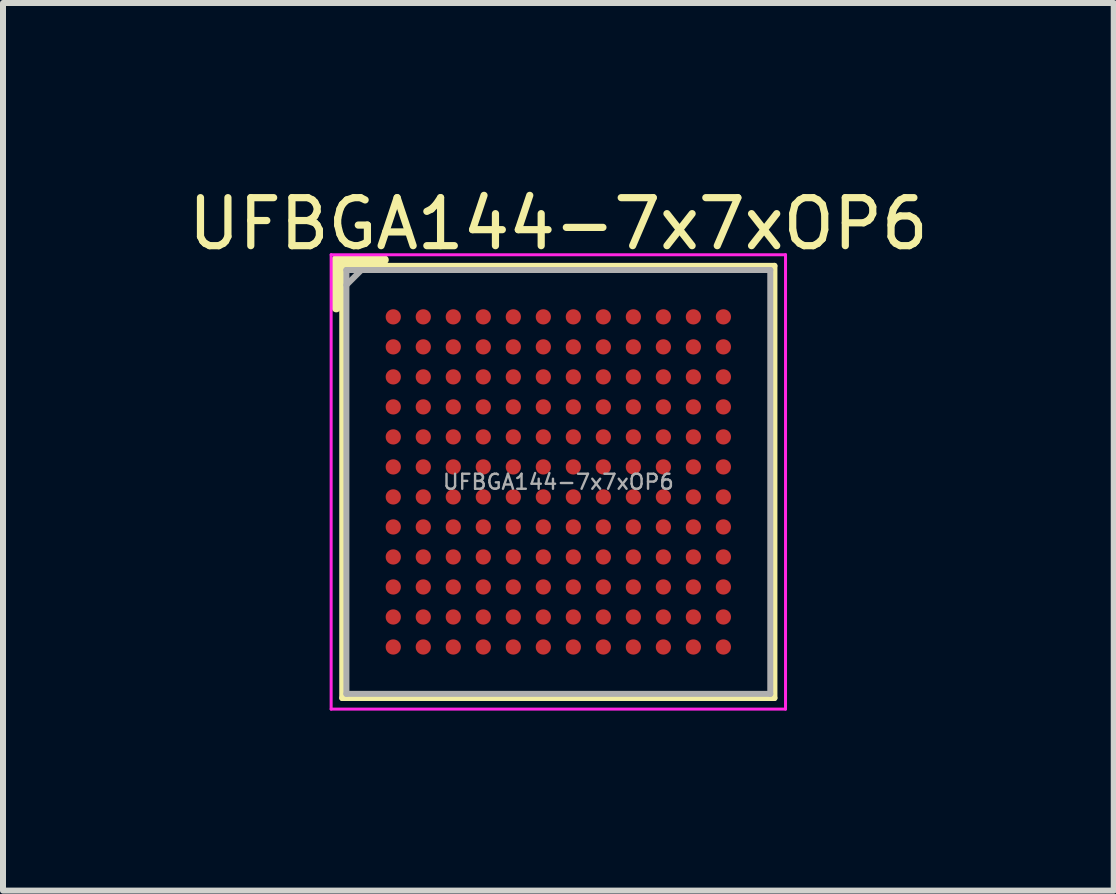
<source format=kicad_pcb>
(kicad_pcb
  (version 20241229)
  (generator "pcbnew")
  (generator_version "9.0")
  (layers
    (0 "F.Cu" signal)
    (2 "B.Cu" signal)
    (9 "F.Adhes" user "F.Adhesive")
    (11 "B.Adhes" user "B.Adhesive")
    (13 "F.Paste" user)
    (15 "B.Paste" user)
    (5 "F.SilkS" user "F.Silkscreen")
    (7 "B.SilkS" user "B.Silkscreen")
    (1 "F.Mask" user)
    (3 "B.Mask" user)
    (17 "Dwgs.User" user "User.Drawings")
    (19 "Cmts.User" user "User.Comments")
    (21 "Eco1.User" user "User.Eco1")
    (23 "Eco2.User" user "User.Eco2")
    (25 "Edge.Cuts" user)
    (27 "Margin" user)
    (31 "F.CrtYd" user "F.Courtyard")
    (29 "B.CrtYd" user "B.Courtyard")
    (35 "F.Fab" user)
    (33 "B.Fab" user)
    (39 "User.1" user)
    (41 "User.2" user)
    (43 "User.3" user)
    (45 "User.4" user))
  (footprint "UFBGA144-7x7xOP6"
    (layer "F.Cu")
    (at 6.252 4.979)
    (property "Reference" "UFBGA144-7x7xOP6" (at 0 -4.3 0) (layer "F.SilkS") (effects (font (size 0.8 0.8) (thickness 0.12))))
    (attr through_hole)
    (fp_line (start -3.7 -3.7) (end -3.7 -2.9) (stroke (width 0.15) (type solid)) (layer "F.SilkS"))
    (fp_line (start -3.6 -3.6) (end -3.6 3.6) (stroke (width 0.1) (type solid)) (layer "F.SilkS"))
    (fp_line (start -3.6 3.6) (end 3.6 3.6) (stroke (width 0.1) (type solid)) (layer "F.SilkS"))
    (fp_line (start -2.9 -3.7) (end -3.7 -3.7) (stroke (width 0.15) (type solid)) (layer "F.SilkS"))
    (fp_line (start 3.6 -3.6) (end -3.6 -3.6) (stroke (width 0.1) (type solid)) (layer "F.SilkS"))
    (fp_line (start 3.6 3.6) (end 3.6 -3.6) (stroke (width 0.1) (type solid)) (layer "F.SilkS"))
    (fp_line (start -3.785 -3.785) (end 3.785 -3.785) (stroke (width 0.05) (type solid)) (layer "F.CrtYd"))
    (fp_line (start -3.785 3.785) (end -3.785 -3.785) (stroke (width 0.05) (type solid)) (layer "F.CrtYd"))
    (fp_line (start 3.785 -3.785) (end 3.785 3.785) (stroke (width 0.05) (type solid)) (layer "F.CrtYd"))
    (fp_line (start 3.785 3.785) (end -3.785 3.785) (stroke (width 0.05) (type solid)) (layer "F.CrtYd"))
    (fp_line (start -3.531 -3.531) (end -3.531 3.531) (stroke (width 0.1) (type solid)) (layer "F.Fab"))
    (fp_line (start -3.531 3.531) (end 3.531 3.531) (stroke (width 0.1) (type solid)) (layer "F.Fab"))
    (fp_line (start -3.281 -3.531) (end -3.531 -3.281) (stroke (width 0.1) (type solid)) (layer "F.Fab"))
    (fp_line (start 3.531 -3.531) (end -3.531 -3.531) (stroke (width 0.1) (type solid)) (layer "F.Fab"))
    (fp_line (start 3.531 3.531) (end 3.531 -3.531) (stroke (width 0.1) (type solid)) (layer "F.Fab"))
    (fp_text user "${REFERENCE}" (at 0 0 0) (layer "F.Fab") (effects (font (size 0.25 0.25) (thickness 0.04))))
    (pad "A1" smd circle (at -2.75 -2.75) (size 0.254 0.254) (layers "F.Cu" "F.Mask" "F.Paste"))
    (pad "A2" smd circle (at -2.25 -2.75) (size 0.254 0.254) (layers "F.Cu" "F.Mask" "F.Paste"))
    (pad "A3" smd circle (at -1.75 -2.75) (size 0.254 0.254) (layers "F.Cu" "F.Mask" "F.Paste"))
    (pad "A4" smd circle (at -1.25 -2.75) (size 0.254 0.254) (layers "F.Cu" "F.Mask" "F.Paste"))
    (pad "A5" smd circle (at -0.75 -2.75) (size 0.254 0.254) (layers "F.Cu" "F.Mask" "F.Paste"))
    (pad "A6" smd circle (at -0.25 -2.75) (size 0.254 0.254) (layers "F.Cu" "F.Mask" "F.Paste"))
    (pad "A7" smd circle (at 0.25 -2.75) (size 0.254 0.254) (layers "F.Cu" "F.Mask" "F.Paste"))
    (pad "A8" smd circle (at 0.75 -2.75) (size 0.254 0.254) (layers "F.Cu" "F.Mask" "F.Paste"))
    (pad "A9" smd circle (at 1.25 -2.75) (size 0.254 0.254) (layers "F.Cu" "F.Mask" "F.Paste"))
    (pad "A10" smd circle (at 1.75 -2.75) (size 0.254 0.254) (layers "F.Cu" "F.Mask" "F.Paste"))
    (pad "A11" smd circle (at 2.25 -2.75) (size 0.254 0.254) (layers "F.Cu" "F.Mask" "F.Paste"))
    (pad "A12" smd circle (at 2.75 -2.75) (size 0.254 0.254) (layers "F.Cu" "F.Mask" "F.Paste"))
    (pad "B1" smd circle (at -2.75 -2.25) (size 0.254 0.254) (layers "F.Cu" "F.Mask" "F.Paste"))
    (pad "B2" smd circle (at -2.25 -2.25) (size 0.254 0.254) (layers "F.Cu" "F.Mask" "F.Paste"))
    (pad "B3" smd circle (at -1.75 -2.25) (size 0.254 0.254) (layers "F.Cu" "F.Mask" "F.Paste"))
    (pad "B4" smd circle (at -1.25 -2.25) (size 0.254 0.254) (layers "F.Cu" "F.Mask" "F.Paste"))
    (pad "B5" smd circle (at -0.75 -2.25) (size 0.254 0.254) (layers "F.Cu" "F.Mask" "F.Paste"))
    (pad "B6" smd circle (at -0.25 -2.25) (size 0.254 0.254) (layers "F.Cu" "F.Mask" "F.Paste"))
    (pad "B7" smd circle (at 0.25 -2.25) (size 0.254 0.254) (layers "F.Cu" "F.Mask" "F.Paste"))
    (pad "B8" smd circle (at 0.75 -2.25) (size 0.254 0.254) (layers "F.Cu" "F.Mask" "F.Paste"))
    (pad "B9" smd circle (at 1.25 -2.25) (size 0.254 0.254) (layers "F.Cu" "F.Mask" "F.Paste"))
    (pad "B10" smd circle (at 1.75 -2.25) (size 0.254 0.254) (layers "F.Cu" "F.Mask" "F.Paste"))
    (pad "B11" smd circle (at 2.25 -2.25) (size 0.254 0.254) (layers "F.Cu" "F.Mask" "F.Paste"))
    (pad "B12" smd circle (at 2.75 -2.25) (size 0.254 0.254) (layers "F.Cu" "F.Mask" "F.Paste"))
    (pad "C1" smd circle (at -2.75 -1.75) (size 0.254 0.254) (layers "F.Cu" "F.Mask" "F.Paste"))
    (pad "C2" smd circle (at -2.25 -1.75) (size 0.254 0.254) (layers "F.Cu" "F.Mask" "F.Paste"))
    (pad "C3" smd circle (at -1.75 -1.75) (size 0.254 0.254) (layers "F.Cu" "F.Mask" "F.Paste"))
    (pad "C4" smd circle (at -1.25 -1.75) (size 0.254 0.254) (layers "F.Cu" "F.Mask" "F.Paste"))
    (pad "C5" smd circle (at -0.75 -1.75) (size 0.254 0.254) (layers "F.Cu" "F.Mask" "F.Paste"))
    (pad "C6" smd circle (at -0.25 -1.75) (size 0.254 0.254) (layers "F.Cu" "F.Mask" "F.Paste"))
    (pad "C7" smd circle (at 0.25 -1.75) (size 0.254 0.254) (layers "F.Cu" "F.Mask" "F.Paste"))
    (pad "C8" smd circle (at 0.75 -1.75) (size 0.254 0.254) (layers "F.Cu" "F.Mask" "F.Paste"))
    (pad "C9" smd circle (at 1.25 -1.75) (size 0.254 0.254) (layers "F.Cu" "F.Mask" "F.Paste"))
    (pad "C10" smd circle (at 1.75 -1.75) (size 0.254 0.254) (layers "F.Cu" "F.Mask" "F.Paste"))
    (pad "C11" smd circle (at 2.25 -1.75) (size 0.254 0.254) (layers "F.Cu" "F.Mask" "F.Paste"))
    (pad "C12" smd circle (at 2.75 -1.75) (size 0.254 0.254) (layers "F.Cu" "F.Mask" "F.Paste"))
    (pad "D1" smd circle (at -2.75 -1.25) (size 0.254 0.254) (layers "F.Cu" "F.Mask" "F.Paste"))
    (pad "D2" smd circle (at -2.25 -1.25) (size 0.254 0.254) (layers "F.Cu" "F.Mask" "F.Paste"))
    (pad "D3" smd circle (at -1.75 -1.25) (size 0.254 0.254) (layers "F.Cu" "F.Mask" "F.Paste"))
    (pad "D4" smd circle (at -1.25 -1.25) (size 0.254 0.254) (layers "F.Cu" "F.Mask" "F.Paste"))
    (pad "D5" smd circle (at -0.75 -1.25) (size 0.254 0.254) (layers "F.Cu" "F.Mask" "F.Paste"))
    (pad "D6" smd circle (at -0.25 -1.25) (size 0.254 0.254) (layers "F.Cu" "F.Mask" "F.Paste"))
    (pad "D7" smd circle (at 0.25 -1.25) (size 0.254 0.254) (layers "F.Cu" "F.Mask" "F.Paste"))
    (pad "D8" smd circle (at 0.75 -1.25) (size 0.254 0.254) (layers "F.Cu" "F.Mask" "F.Paste"))
    (pad "D9" smd circle (at 1.25 -1.25) (size 0.254 0.254) (layers "F.Cu" "F.Mask" "F.Paste"))
    (pad "D10" smd circle (at 1.75 -1.25) (size 0.254 0.254) (layers "F.Cu" "F.Mask" "F.Paste"))
    (pad "D11" smd circle (at 2.25 -1.25) (size 0.254 0.254) (layers "F.Cu" "F.Mask" "F.Paste"))
    (pad "D12" smd circle (at 2.75 -1.25) (size 0.254 0.254) (layers "F.Cu" "F.Mask" "F.Paste"))
    (pad "E1" smd circle (at -2.75 -0.75) (size 0.254 0.254) (layers "F.Cu" "F.Mask" "F.Paste"))
    (pad "E2" smd circle (at -2.25 -0.75) (size 0.254 0.254) (layers "F.Cu" "F.Mask" "F.Paste"))
    (pad "E3" smd circle (at -1.75 -0.75) (size 0.254 0.254) (layers "F.Cu" "F.Mask" "F.Paste"))
    (pad "E4" smd circle (at -1.25 -0.75) (size 0.254 0.254) (layers "F.Cu" "F.Mask" "F.Paste"))
    (pad "E5" smd circle (at -0.75 -0.75) (size 0.254 0.254) (layers "F.Cu" "F.Mask" "F.Paste"))
    (pad "E6" smd circle (at -0.25 -0.75) (size 0.254 0.254) (layers "F.Cu" "F.Mask" "F.Paste"))
    (pad "E7" smd circle (at 0.25 -0.75) (size 0.254 0.254) (layers "F.Cu" "F.Mask" "F.Paste"))
    (pad "E8" smd circle (at 0.75 -0.75) (size 0.254 0.254) (layers "F.Cu" "F.Mask" "F.Paste"))
    (pad "E9" smd circle (at 1.25 -0.75) (size 0.254 0.254) (layers "F.Cu" "F.Mask" "F.Paste"))
    (pad "E10" smd circle (at 1.75 -0.75) (size 0.254 0.254) (layers "F.Cu" "F.Mask" "F.Paste"))
    (pad "E11" smd circle (at 2.25 -0.75) (size 0.254 0.254) (layers "F.Cu" "F.Mask" "F.Paste"))
    (pad "E12" smd circle (at 2.75 -0.75) (size 0.254 0.254) (layers "F.Cu" "F.Mask" "F.Paste"))
    (pad "F1" smd circle (at -2.75 -0.25) (size 0.254 0.254) (layers "F.Cu" "F.Mask" "F.Paste"))
    (pad "F2" smd circle (at -2.25 -0.25) (size 0.254 0.254) (layers "F.Cu" "F.Mask" "F.Paste"))
    (pad "F3" smd circle (at -1.75 -0.25) (size 0.254 0.254) (layers "F.Cu" "F.Mask" "F.Paste"))
    (pad "F4" smd circle (at -1.25 -0.25) (size 0.254 0.254) (layers "F.Cu" "F.Mask" "F.Paste"))
    (pad "F5" smd circle (at -0.75 -0.25) (size 0.254 0.254) (layers "F.Cu" "F.Mask" "F.Paste"))
    (pad "F6" smd circle (at -0.25 -0.25) (size 0.254 0.254) (layers "F.Cu" "F.Mask" "F.Paste"))
    (pad "F7" smd circle (at 0.25 -0.25) (size 0.254 0.254) (layers "F.Cu" "F.Mask" "F.Paste"))
    (pad "F8" smd circle (at 0.75 -0.25) (size 0.254 0.254) (layers "F.Cu" "F.Mask" "F.Paste"))
    (pad "F9" smd circle (at 1.25 -0.25) (size 0.254 0.254) (layers "F.Cu" "F.Mask" "F.Paste"))
    (pad "F10" smd circle (at 1.75 -0.25) (size 0.254 0.254) (layers "F.Cu" "F.Mask" "F.Paste"))
    (pad "F11" smd circle (at 2.25 -0.25) (size 0.254 0.254) (layers "F.Cu" "F.Mask" "F.Paste"))
    (pad "F12" smd circle (at 2.75 -0.25) (size 0.254 0.254) (layers "F.Cu" "F.Mask" "F.Paste"))
    (pad "G1" smd circle (at -2.75 0.25) (size 0.254 0.254) (layers "F.Cu" "F.Mask" "F.Paste"))
    (pad "G2" smd circle (at -2.25 0.25) (size 0.254 0.254) (layers "F.Cu" "F.Mask" "F.Paste"))
    (pad "G3" smd circle (at -1.75 0.25) (size 0.254 0.254) (layers "F.Cu" "F.Mask" "F.Paste"))
    (pad "G4" smd circle (at -1.25 0.25) (size 0.254 0.254) (layers "F.Cu" "F.Mask" "F.Paste"))
    (pad "G5" smd circle (at -0.75 0.25) (size 0.254 0.254) (layers "F.Cu" "F.Mask" "F.Paste"))
    (pad "G6" smd circle (at -0.25 0.25) (size 0.254 0.254) (layers "F.Cu" "F.Mask" "F.Paste"))
    (pad "G7" smd circle (at 0.25 0.25) (size 0.254 0.254) (layers "F.Cu" "F.Mask" "F.Paste"))
    (pad "G8" smd circle (at 0.75 0.25) (size 0.254 0.254) (layers "F.Cu" "F.Mask" "F.Paste"))
    (pad "G9" smd circle (at 1.25 0.25) (size 0.254 0.254) (layers "F.Cu" "F.Mask" "F.Paste"))
    (pad "G10" smd circle (at 1.75 0.25) (size 0.254 0.254) (layers "F.Cu" "F.Mask" "F.Paste"))
    (pad "G11" smd circle (at 2.25 0.25) (size 0.254 0.254) (layers "F.Cu" "F.Mask" "F.Paste"))
    (pad "G12" smd circle (at 2.75 0.25) (size 0.254 0.254) (layers "F.Cu" "F.Mask" "F.Paste"))
    (pad "H1" smd circle (at -2.75 0.75) (size 0.254 0.254) (layers "F.Cu" "F.Mask" "F.Paste"))
    (pad "H2" smd circle (at -2.25 0.75) (size 0.254 0.254) (layers "F.Cu" "F.Mask" "F.Paste"))
    (pad "H3" smd circle (at -1.75 0.75) (size 0.254 0.254) (layers "F.Cu" "F.Mask" "F.Paste"))
    (pad "H4" smd circle (at -1.25 0.75) (size 0.254 0.254) (layers "F.Cu" "F.Mask" "F.Paste"))
    (pad "H5" smd circle (at -0.75 0.75) (size 0.254 0.254) (layers "F.Cu" "F.Mask" "F.Paste"))
    (pad "H6" smd circle (at -0.25 0.75) (size 0.254 0.254) (layers "F.Cu" "F.Mask" "F.Paste"))
    (pad "H7" smd circle (at 0.25 0.75) (size 0.254 0.254) (layers "F.Cu" "F.Mask" "F.Paste"))
    (pad "H8" smd circle (at 0.75 0.75) (size 0.254 0.254) (layers "F.Cu" "F.Mask" "F.Paste"))
    (pad "H9" smd circle (at 1.25 0.75) (size 0.254 0.254) (layers "F.Cu" "F.Mask" "F.Paste"))
    (pad "H10" smd circle (at 1.75 0.75) (size 0.254 0.254) (layers "F.Cu" "F.Mask" "F.Paste"))
    (pad "H11" smd circle (at 2.25 0.75) (size 0.254 0.254) (layers "F.Cu" "F.Mask" "F.Paste"))
    (pad "H12" smd circle (at 2.75 0.75) (size 0.254 0.254) (layers "F.Cu" "F.Mask" "F.Paste"))
    (pad "J1" smd circle (at -2.75 1.25) (size 0.254 0.254) (layers "F.Cu" "F.Mask" "F.Paste"))
    (pad "J2" smd circle (at -2.25 1.25) (size 0.254 0.254) (layers "F.Cu" "F.Mask" "F.Paste"))
    (pad "J3" smd circle (at -1.75 1.25) (size 0.254 0.254) (layers "F.Cu" "F.Mask" "F.Paste"))
    (pad "J4" smd circle (at -1.25 1.25) (size 0.254 0.254) (layers "F.Cu" "F.Mask" "F.Paste"))
    (pad "J5" smd circle (at -0.75 1.25) (size 0.254 0.254) (layers "F.Cu" "F.Mask" "F.Paste"))
    (pad "J6" smd circle (at -0.25 1.25) (size 0.254 0.254) (layers "F.Cu" "F.Mask" "F.Paste"))
    (pad "J7" smd circle (at 0.25 1.25) (size 0.254 0.254) (layers "F.Cu" "F.Mask" "F.Paste"))
    (pad "J8" smd circle (at 0.75 1.25) (size 0.254 0.254) (layers "F.Cu" "F.Mask" "F.Paste"))
    (pad "J9" smd circle (at 1.25 1.25) (size 0.254 0.254) (layers "F.Cu" "F.Mask" "F.Paste"))
    (pad "J10" smd circle (at 1.75 1.25) (size 0.254 0.254) (layers "F.Cu" "F.Mask" "F.Paste"))
    (pad "J11" smd circle (at 2.25 1.25) (size 0.254 0.254) (layers "F.Cu" "F.Mask" "F.Paste"))
    (pad "J12" smd circle (at 2.75 1.25) (size 0.254 0.254) (layers "F.Cu" "F.Mask" "F.Paste"))
    (pad "K1" smd circle (at -2.75 1.75) (size 0.254 0.254) (layers "F.Cu" "F.Mask" "F.Paste"))
    (pad "K2" smd circle (at -2.25 1.75) (size 0.254 0.254) (layers "F.Cu" "F.Mask" "F.Paste"))
    (pad "K3" smd circle (at -1.75 1.75) (size 0.254 0.254) (layers "F.Cu" "F.Mask" "F.Paste"))
    (pad "K4" smd circle (at -1.25 1.75) (size 0.254 0.254) (layers "F.Cu" "F.Mask" "F.Paste"))
    (pad "K5" smd circle (at -0.75 1.75) (size 0.254 0.254) (layers "F.Cu" "F.Mask" "F.Paste"))
    (pad "K6" smd circle (at -0.25 1.75) (size 0.254 0.254) (layers "F.Cu" "F.Mask" "F.Paste"))
    (pad "K7" smd circle (at 0.25 1.75) (size 0.254 0.254) (layers "F.Cu" "F.Mask" "F.Paste"))
    (pad "K8" smd circle (at 0.75 1.75) (size 0.254 0.254) (layers "F.Cu" "F.Mask" "F.Paste"))
    (pad "K9" smd circle (at 1.25 1.75) (size 0.254 0.254) (layers "F.Cu" "F.Mask" "F.Paste"))
    (pad "K10" smd circle (at 1.75 1.75) (size 0.254 0.254) (layers "F.Cu" "F.Mask" "F.Paste"))
    (pad "K11" smd circle (at 2.25 1.75) (size 0.254 0.254) (layers "F.Cu" "F.Mask" "F.Paste"))
    (pad "K12" smd circle (at 2.75 1.75) (size 0.254 0.254) (layers "F.Cu" "F.Mask" "F.Paste"))
    (pad "L1" smd circle (at -2.75 2.25) (size 0.254 0.254) (layers "F.Cu" "F.Mask" "F.Paste"))
    (pad "L2" smd circle (at -2.25 2.25) (size 0.254 0.254) (layers "F.Cu" "F.Mask" "F.Paste"))
    (pad "L3" smd circle (at -1.75 2.25) (size 0.254 0.254) (layers "F.Cu" "F.Mask" "F.Paste"))
    (pad "L4" smd circle (at -1.25 2.25) (size 0.254 0.254) (layers "F.Cu" "F.Mask" "F.Paste"))
    (pad "L5" smd circle (at -0.75 2.25) (size 0.254 0.254) (layers "F.Cu" "F.Mask" "F.Paste"))
    (pad "L6" smd circle (at -0.25 2.25) (size 0.254 0.254) (layers "F.Cu" "F.Mask" "F.Paste"))
    (pad "L7" smd circle (at 0.25 2.25) (size 0.254 0.254) (layers "F.Cu" "F.Mask" "F.Paste"))
    (pad "L8" smd circle (at 0.75 2.25) (size 0.254 0.254) (layers "F.Cu" "F.Mask" "F.Paste"))
    (pad "L9" smd circle (at 1.25 2.25) (size 0.254 0.254) (layers "F.Cu" "F.Mask" "F.Paste"))
    (pad "L10" smd circle (at 1.75 2.25) (size 0.254 0.254) (layers "F.Cu" "F.Mask" "F.Paste"))
    (pad "L11" smd circle (at 2.25 2.25) (size 0.254 0.254) (layers "F.Cu" "F.Mask" "F.Paste"))
    (pad "L12" smd circle (at 2.75 2.25) (size 0.254 0.254) (layers "F.Cu" "F.Mask" "F.Paste"))
    (pad "M1" smd circle (at -2.75 2.75) (size 0.254 0.254) (layers "F.Cu" "F.Mask" "F.Paste"))
    (pad "M2" smd circle (at -2.25 2.75) (size 0.254 0.254) (layers "F.Cu" "F.Mask" "F.Paste"))
    (pad "M3" smd circle (at -1.75 2.75) (size 0.254 0.254) (layers "F.Cu" "F.Mask" "F.Paste"))
    (pad "M4" smd circle (at -1.25 2.75) (size 0.254 0.254) (layers "F.Cu" "F.Mask" "F.Paste"))
    (pad "M5" smd circle (at -0.75 2.75) (size 0.254 0.254) (layers "F.Cu" "F.Mask" "F.Paste"))
    (pad "M6" smd circle (at -0.25 2.75) (size 0.254 0.254) (layers "F.Cu" "F.Mask" "F.Paste"))
    (pad "M7" smd circle (at 0.25 2.75) (size 0.254 0.254) (layers "F.Cu" "F.Mask" "F.Paste"))
    (pad "M8" smd circle (at 0.75 2.75) (size 0.254 0.254) (layers "F.Cu" "F.Mask" "F.Paste"))
    (pad "M9" smd circle (at 1.25 2.75) (size 0.254 0.254) (layers "F.Cu" "F.Mask" "F.Paste"))
    (pad "M10" smd circle (at 1.75 2.75) (size 0.254 0.254) (layers "F.Cu" "F.Mask" "F.Paste"))
    (pad "M11" smd circle (at 2.25 2.75) (size 0.254 0.254) (layers "F.Cu" "F.Mask" "F.Paste"))
    (pad "M12" smd circle (at 2.75 2.75) (size 0.254 0.254) (layers "F.Cu" "F.Mask" "F.Paste")))
  (gr_rect
    (start -3 -3)
    (end 15.505 11.788)
    (stroke (width 0.1) (type default))
    (fill no)
    (layer "Edge.Cuts")))
</source>
